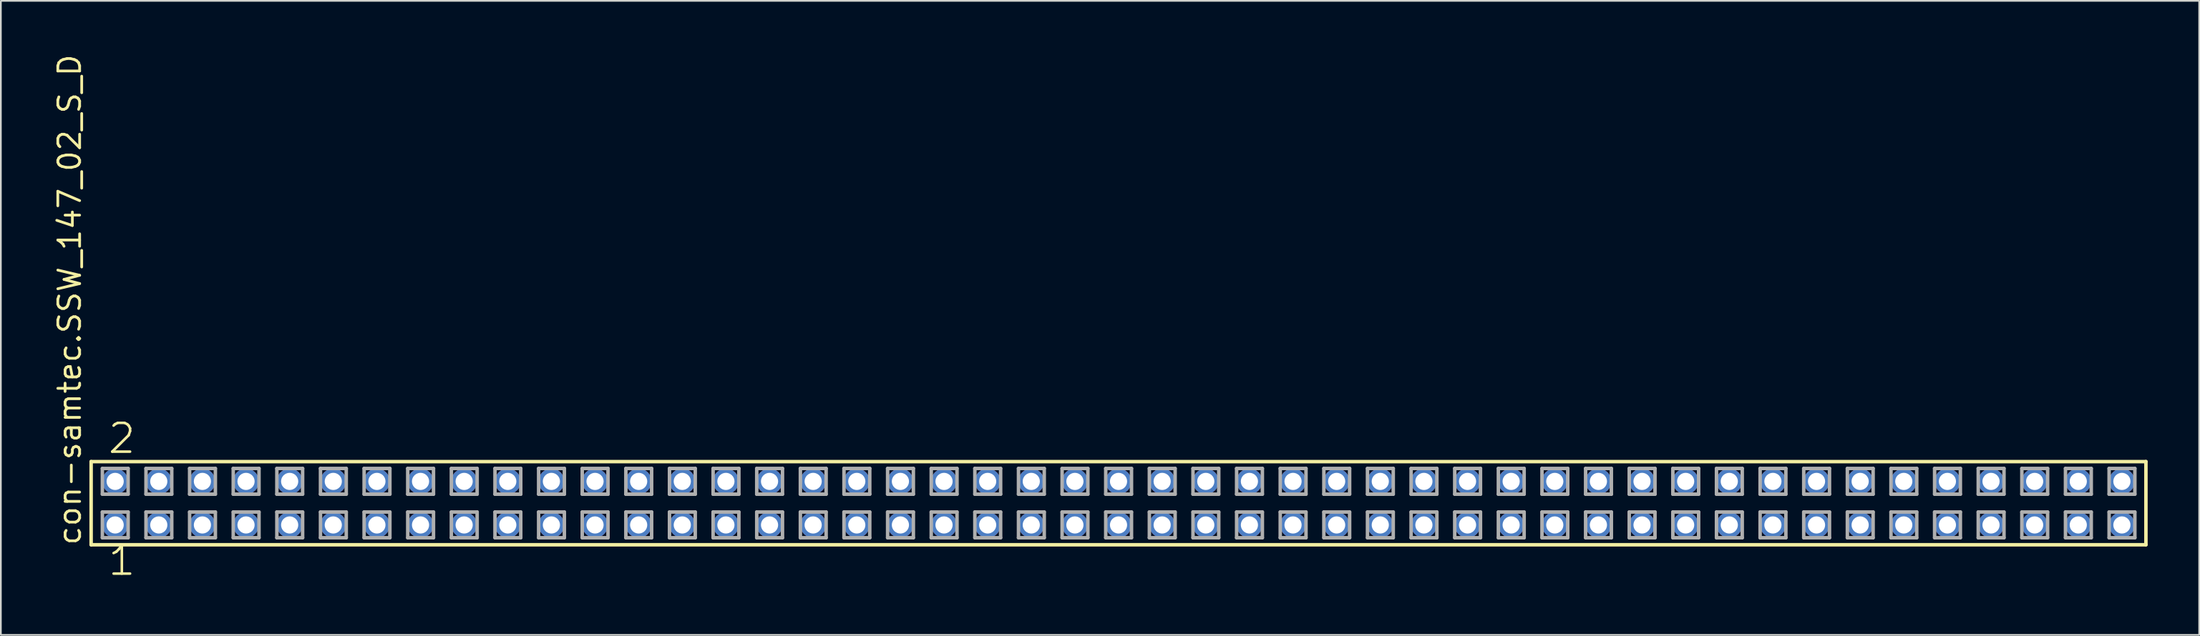
<source format=kicad_pcb>
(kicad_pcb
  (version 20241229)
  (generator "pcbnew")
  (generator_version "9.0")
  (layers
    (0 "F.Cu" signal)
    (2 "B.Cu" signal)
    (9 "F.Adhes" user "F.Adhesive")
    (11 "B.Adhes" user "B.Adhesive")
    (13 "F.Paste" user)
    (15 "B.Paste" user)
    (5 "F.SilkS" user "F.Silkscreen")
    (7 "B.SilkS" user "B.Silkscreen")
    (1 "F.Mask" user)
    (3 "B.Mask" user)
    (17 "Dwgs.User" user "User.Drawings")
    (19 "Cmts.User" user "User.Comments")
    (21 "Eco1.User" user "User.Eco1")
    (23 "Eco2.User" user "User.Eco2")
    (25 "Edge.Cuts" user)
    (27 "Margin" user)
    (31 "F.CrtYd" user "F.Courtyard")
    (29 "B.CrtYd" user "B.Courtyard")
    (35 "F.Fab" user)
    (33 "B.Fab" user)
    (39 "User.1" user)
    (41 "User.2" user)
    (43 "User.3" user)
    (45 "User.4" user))
  (footprint "con-samtec.SSW_147_02_S_D"
    (layer "F.Cu")
    (at 62.075 26.291)
    (property "Reference" "con-samtec.SSW_147_02_S_D" (at -60.325 2.54 90) (layer "F.SilkS") (effects (font (size 1.27 1.27) (thickness 0.16)) (justify left bottom)))
    (attr through_hole)
    (fp_line (start -59.819 -2.425) (end 59.819 -2.425) (stroke (width 0.203) (type default)) (layer "F.SilkS"))
    (fp_line (start -59.819 2.425) (end -59.819 -2.425) (stroke (width 0.203) (type default)) (layer "F.SilkS"))
    (fp_line (start 59.819 -2.425) (end 59.819 2.425) (stroke (width 0.203) (type default)) (layer "F.SilkS"))
    (fp_line (start 59.819 2.425) (end -59.819 2.425) (stroke (width 0.203) (type default)) (layer "F.SilkS"))
    (fp_line (start -59.165 -2.025) (end -57.665 -2.025) (stroke (width 0.203) (type default)) (layer "F.Fab"))
    (fp_line (start -59.165 -0.525) (end -59.165 -2.025) (stroke (width 0.203) (type default)) (layer "F.Fab"))
    (fp_line (start -59.165 0.515) (end -57.665 0.515) (stroke (width 0.203) (type default)) (layer "F.Fab"))
    (fp_line (start -59.165 2.015) (end -59.165 0.515) (stroke (width 0.203) (type default)) (layer "F.Fab"))
    (fp_line (start -57.665 -2.025) (end -57.665 -0.525) (stroke (width 0.203) (type default)) (layer "F.Fab"))
    (fp_line (start -57.665 -0.525) (end -59.165 -0.525) (stroke (width 0.203) (type default)) (layer "F.Fab"))
    (fp_line (start -57.665 0.515) (end -57.665 2.015) (stroke (width 0.203) (type default)) (layer "F.Fab"))
    (fp_line (start -57.665 2.015) (end -59.165 2.015) (stroke (width 0.203) (type default)) (layer "F.Fab"))
    (fp_line (start -56.625 -2.025) (end -55.125 -2.025) (stroke (width 0.203) (type default)) (layer "F.Fab"))
    (fp_line (start -56.625 -0.525) (end -56.625 -2.025) (stroke (width 0.203) (type default)) (layer "F.Fab"))
    (fp_line (start -56.625 0.515) (end -55.125 0.515) (stroke (width 0.203) (type default)) (layer "F.Fab"))
    (fp_line (start -56.625 2.015) (end -56.625 0.515) (stroke (width 0.203) (type default)) (layer "F.Fab"))
    (fp_line (start -55.125 -2.025) (end -55.125 -0.525) (stroke (width 0.203) (type default)) (layer "F.Fab"))
    (fp_line (start -55.125 -0.525) (end -56.625 -0.525) (stroke (width 0.203) (type default)) (layer "F.Fab"))
    (fp_line (start -55.125 0.515) (end -55.125 2.015) (stroke (width 0.203) (type default)) (layer "F.Fab"))
    (fp_line (start -55.125 2.015) (end -56.625 2.015) (stroke (width 0.203) (type default)) (layer "F.Fab"))
    (fp_line (start -54.085 -2.025) (end -52.585 -2.025) (stroke (width 0.203) (type default)) (layer "F.Fab"))
    (fp_line (start -54.085 -0.525) (end -54.085 -2.025) (stroke (width 0.203) (type default)) (layer "F.Fab"))
    (fp_line (start -54.085 0.515) (end -52.585 0.515) (stroke (width 0.203) (type default)) (layer "F.Fab"))
    (fp_line (start -54.085 2.015) (end -54.085 0.515) (stroke (width 0.203) (type default)) (layer "F.Fab"))
    (fp_line (start -52.585 -2.025) (end -52.585 -0.525) (stroke (width 0.203) (type default)) (layer "F.Fab"))
    (fp_line (start -52.585 -0.525) (end -54.085 -0.525) (stroke (width 0.203) (type default)) (layer "F.Fab"))
    (fp_line (start -52.585 0.515) (end -52.585 2.015) (stroke (width 0.203) (type default)) (layer "F.Fab"))
    (fp_line (start -52.585 2.015) (end -54.085 2.015) (stroke (width 0.203) (type default)) (layer "F.Fab"))
    (fp_line (start -51.545 -2.025) (end -50.045 -2.025) (stroke (width 0.203) (type default)) (layer "F.Fab"))
    (fp_line (start -51.545 -0.525) (end -51.545 -2.025) (stroke (width 0.203) (type default)) (layer "F.Fab"))
    (fp_line (start -51.545 0.515) (end -50.045 0.515) (stroke (width 0.203) (type default)) (layer "F.Fab"))
    (fp_line (start -51.545 2.015) (end -51.545 0.515) (stroke (width 0.203) (type default)) (layer "F.Fab"))
    (fp_line (start -50.045 -2.025) (end -50.045 -0.525) (stroke (width 0.203) (type default)) (layer "F.Fab"))
    (fp_line (start -50.045 -0.525) (end -51.545 -0.525) (stroke (width 0.203) (type default)) (layer "F.Fab"))
    (fp_line (start -50.045 0.515) (end -50.045 2.015) (stroke (width 0.203) (type default)) (layer "F.Fab"))
    (fp_line (start -50.045 2.015) (end -51.545 2.015) (stroke (width 0.203) (type default)) (layer "F.Fab"))
    (fp_line (start -49.005 -2.025) (end -47.505 -2.025) (stroke (width 0.203) (type default)) (layer "F.Fab"))
    (fp_line (start -49.005 -0.525) (end -49.005 -2.025) (stroke (width 0.203) (type default)) (layer "F.Fab"))
    (fp_line (start -49.005 0.515) (end -47.505 0.515) (stroke (width 0.203) (type default)) (layer "F.Fab"))
    (fp_line (start -49.005 2.015) (end -49.005 0.515) (stroke (width 0.203) (type default)) (layer "F.Fab"))
    (fp_line (start -47.505 -2.025) (end -47.505 -0.525) (stroke (width 0.203) (type default)) (layer "F.Fab"))
    (fp_line (start -47.505 -0.525) (end -49.005 -0.525) (stroke (width 0.203) (type default)) (layer "F.Fab"))
    (fp_line (start -47.505 0.515) (end -47.505 2.015) (stroke (width 0.203) (type default)) (layer "F.Fab"))
    (fp_line (start -47.505 2.015) (end -49.005 2.015) (stroke (width 0.203) (type default)) (layer "F.Fab"))
    (fp_line (start -46.465 -2.025) (end -44.965 -2.025) (stroke (width 0.203) (type default)) (layer "F.Fab"))
    (fp_line (start -46.465 -0.525) (end -46.465 -2.025) (stroke (width 0.203) (type default)) (layer "F.Fab"))
    (fp_line (start -46.465 0.515) (end -44.965 0.515) (stroke (width 0.203) (type default)) (layer "F.Fab"))
    (fp_line (start -46.465 2.015) (end -46.465 0.515) (stroke (width 0.203) (type default)) (layer "F.Fab"))
    (fp_line (start -44.965 -2.025) (end -44.965 -0.525) (stroke (width 0.203) (type default)) (layer "F.Fab"))
    (fp_line (start -44.965 -0.525) (end -46.465 -0.525) (stroke (width 0.203) (type default)) (layer "F.Fab"))
    (fp_line (start -44.965 0.515) (end -44.965 2.015) (stroke (width 0.203) (type default)) (layer "F.Fab"))
    (fp_line (start -44.965 2.015) (end -46.465 2.015) (stroke (width 0.203) (type default)) (layer "F.Fab"))
    (fp_line (start -43.925 -2.025) (end -42.425 -2.025) (stroke (width 0.203) (type default)) (layer "F.Fab"))
    (fp_line (start -43.925 -0.525) (end -43.925 -2.025) (stroke (width 0.203) (type default)) (layer "F.Fab"))
    (fp_line (start -43.925 0.515) (end -42.425 0.515) (stroke (width 0.203) (type default)) (layer "F.Fab"))
    (fp_line (start -43.925 2.015) (end -43.925 0.515) (stroke (width 0.203) (type default)) (layer "F.Fab"))
    (fp_line (start -42.425 -2.025) (end -42.425 -0.525) (stroke (width 0.203) (type default)) (layer "F.Fab"))
    (fp_line (start -42.425 -0.525) (end -43.925 -0.525) (stroke (width 0.203) (type default)) (layer "F.Fab"))
    (fp_line (start -42.425 0.515) (end -42.425 2.015) (stroke (width 0.203) (type default)) (layer "F.Fab"))
    (fp_line (start -42.425 2.015) (end -43.925 2.015) (stroke (width 0.203) (type default)) (layer "F.Fab"))
    (fp_line (start -41.385 -2.025) (end -39.885 -2.025) (stroke (width 0.203) (type default)) (layer "F.Fab"))
    (fp_line (start -41.385 -0.525) (end -41.385 -2.025) (stroke (width 0.203) (type default)) (layer "F.Fab"))
    (fp_line (start -41.385 0.515) (end -39.885 0.515) (stroke (width 0.203) (type default)) (layer "F.Fab"))
    (fp_line (start -41.385 2.015) (end -41.385 0.515) (stroke (width 0.203) (type default)) (layer "F.Fab"))
    (fp_line (start -39.885 -2.025) (end -39.885 -0.525) (stroke (width 0.203) (type default)) (layer "F.Fab"))
    (fp_line (start -39.885 -0.525) (end -41.385 -0.525) (stroke (width 0.203) (type default)) (layer "F.Fab"))
    (fp_line (start -39.885 0.515) (end -39.885 2.015) (stroke (width 0.203) (type default)) (layer "F.Fab"))
    (fp_line (start -39.885 2.015) (end -41.385 2.015) (stroke (width 0.203) (type default)) (layer "F.Fab"))
    (fp_line (start -38.845 -2.025) (end -37.345 -2.025) (stroke (width 0.203) (type default)) (layer "F.Fab"))
    (fp_line (start -38.845 -0.525) (end -38.845 -2.025) (stroke (width 0.203) (type default)) (layer "F.Fab"))
    (fp_line (start -38.845 0.515) (end -37.345 0.515) (stroke (width 0.203) (type default)) (layer "F.Fab"))
    (fp_line (start -38.845 2.015) (end -38.845 0.515) (stroke (width 0.203) (type default)) (layer "F.Fab"))
    (fp_line (start -37.345 -2.025) (end -37.345 -0.525) (stroke (width 0.203) (type default)) (layer "F.Fab"))
    (fp_line (start -37.345 -0.525) (end -38.845 -0.525) (stroke (width 0.203) (type default)) (layer "F.Fab"))
    (fp_line (start -37.345 0.515) (end -37.345 2.015) (stroke (width 0.203) (type default)) (layer "F.Fab"))
    (fp_line (start -37.345 2.015) (end -38.845 2.015) (stroke (width 0.203) (type default)) (layer "F.Fab"))
    (fp_line (start -36.305 -2.025) (end -34.805 -2.025) (stroke (width 0.203) (type default)) (layer "F.Fab"))
    (fp_line (start -36.305 -0.525) (end -36.305 -2.025) (stroke (width 0.203) (type default)) (layer "F.Fab"))
    (fp_line (start -36.305 0.515) (end -34.805 0.515) (stroke (width 0.203) (type default)) (layer "F.Fab"))
    (fp_line (start -36.305 2.015) (end -36.305 0.515) (stroke (width 0.203) (type default)) (layer "F.Fab"))
    (fp_line (start -34.805 -2.025) (end -34.805 -0.525) (stroke (width 0.203) (type default)) (layer "F.Fab"))
    (fp_line (start -34.805 -0.525) (end -36.305 -0.525) (stroke (width 0.203) (type default)) (layer "F.Fab"))
    (fp_line (start -34.805 0.515) (end -34.805 2.015) (stroke (width 0.203) (type default)) (layer "F.Fab"))
    (fp_line (start -34.805 2.015) (end -36.305 2.015) (stroke (width 0.203) (type default)) (layer "F.Fab"))
    (fp_line (start -33.765 -2.025) (end -32.265 -2.025) (stroke (width 0.203) (type default)) (layer "F.Fab"))
    (fp_line (start -33.765 -0.525) (end -33.765 -2.025) (stroke (width 0.203) (type default)) (layer "F.Fab"))
    (fp_line (start -33.765 0.515) (end -32.265 0.515) (stroke (width 0.203) (type default)) (layer "F.Fab"))
    (fp_line (start -33.765 2.015) (end -33.765 0.515) (stroke (width 0.203) (type default)) (layer "F.Fab"))
    (fp_line (start -32.265 -2.025) (end -32.265 -0.525) (stroke (width 0.203) (type default)) (layer "F.Fab"))
    (fp_line (start -32.265 -0.525) (end -33.765 -0.525) (stroke (width 0.203) (type default)) (layer "F.Fab"))
    (fp_line (start -32.265 0.515) (end -32.265 2.015) (stroke (width 0.203) (type default)) (layer "F.Fab"))
    (fp_line (start -32.265 2.015) (end -33.765 2.015) (stroke (width 0.203) (type default)) (layer "F.Fab"))
    (fp_line (start -31.225 -2.025) (end -29.725 -2.025) (stroke (width 0.203) (type default)) (layer "F.Fab"))
    (fp_line (start -31.225 -0.525) (end -31.225 -2.025) (stroke (width 0.203) (type default)) (layer "F.Fab"))
    (fp_line (start -31.225 0.515) (end -29.725 0.515) (stroke (width 0.203) (type default)) (layer "F.Fab"))
    (fp_line (start -31.225 2.015) (end -31.225 0.515) (stroke (width 0.203) (type default)) (layer "F.Fab"))
    (fp_line (start -29.725 -2.025) (end -29.725 -0.525) (stroke (width 0.203) (type default)) (layer "F.Fab"))
    (fp_line (start -29.725 -0.525) (end -31.225 -0.525) (stroke (width 0.203) (type default)) (layer "F.Fab"))
    (fp_line (start -29.725 0.515) (end -29.725 2.015) (stroke (width 0.203) (type default)) (layer "F.Fab"))
    (fp_line (start -29.725 2.015) (end -31.225 2.015) (stroke (width 0.203) (type default)) (layer "F.Fab"))
    (fp_line (start -28.685 -2.025) (end -27.185 -2.025) (stroke (width 0.203) (type default)) (layer "F.Fab"))
    (fp_line (start -28.685 -0.525) (end -28.685 -2.025) (stroke (width 0.203) (type default)) (layer "F.Fab"))
    (fp_line (start -28.685 0.515) (end -27.185 0.515) (stroke (width 0.203) (type default)) (layer "F.Fab"))
    (fp_line (start -28.685 2.015) (end -28.685 0.515) (stroke (width 0.203) (type default)) (layer "F.Fab"))
    (fp_line (start -27.185 -2.025) (end -27.185 -0.525) (stroke (width 0.203) (type default)) (layer "F.Fab"))
    (fp_line (start -27.185 -0.525) (end -28.685 -0.525) (stroke (width 0.203) (type default)) (layer "F.Fab"))
    (fp_line (start -27.185 0.515) (end -27.185 2.015) (stroke (width 0.203) (type default)) (layer "F.Fab"))
    (fp_line (start -27.185 2.015) (end -28.685 2.015) (stroke (width 0.203) (type default)) (layer "F.Fab"))
    (fp_line (start -26.145 -2.025) (end -24.645 -2.025) (stroke (width 0.203) (type default)) (layer "F.Fab"))
    (fp_line (start -26.145 -0.525) (end -26.145 -2.025) (stroke (width 0.203) (type default)) (layer "F.Fab"))
    (fp_line (start -26.145 0.515) (end -24.645 0.515) (stroke (width 0.203) (type default)) (layer "F.Fab"))
    (fp_line (start -26.145 2.015) (end -26.145 0.515) (stroke (width 0.203) (type default)) (layer "F.Fab"))
    (fp_line (start -24.645 -2.025) (end -24.645 -0.525) (stroke (width 0.203) (type default)) (layer "F.Fab"))
    (fp_line (start -24.645 -0.525) (end -26.145 -0.525) (stroke (width 0.203) (type default)) (layer "F.Fab"))
    (fp_line (start -24.645 0.515) (end -24.645 2.015) (stroke (width 0.203) (type default)) (layer "F.Fab"))
    (fp_line (start -24.645 2.015) (end -26.145 2.015) (stroke (width 0.203) (type default)) (layer "F.Fab"))
    (fp_line (start -23.605 -2.025) (end -22.105 -2.025) (stroke (width 0.203) (type default)) (layer "F.Fab"))
    (fp_line (start -23.605 -0.525) (end -23.605 -2.025) (stroke (width 0.203) (type default)) (layer "F.Fab"))
    (fp_line (start -23.605 0.515) (end -22.105 0.515) (stroke (width 0.203) (type default)) (layer "F.Fab"))
    (fp_line (start -23.605 2.015) (end -23.605 0.515) (stroke (width 0.203) (type default)) (layer "F.Fab"))
    (fp_line (start -22.105 -2.025) (end -22.105 -0.525) (stroke (width 0.203) (type default)) (layer "F.Fab"))
    (fp_line (start -22.105 -0.525) (end -23.605 -0.525) (stroke (width 0.203) (type default)) (layer "F.Fab"))
    (fp_line (start -22.105 0.515) (end -22.105 2.015) (stroke (width 0.203) (type default)) (layer "F.Fab"))
    (fp_line (start -22.105 2.015) (end -23.605 2.015) (stroke (width 0.203) (type default)) (layer "F.Fab"))
    (fp_line (start -21.065 -2.025) (end -19.565 -2.025) (stroke (width 0.203) (type default)) (layer "F.Fab"))
    (fp_line (start -21.065 -0.525) (end -21.065 -2.025) (stroke (width 0.203) (type default)) (layer "F.Fab"))
    (fp_line (start -21.065 0.515) (end -19.565 0.515) (stroke (width 0.203) (type default)) (layer "F.Fab"))
    (fp_line (start -21.065 2.015) (end -21.065 0.515) (stroke (width 0.203) (type default)) (layer "F.Fab"))
    (fp_line (start -19.565 -2.025) (end -19.565 -0.525) (stroke (width 0.203) (type default)) (layer "F.Fab"))
    (fp_line (start -19.565 -0.525) (end -21.065 -0.525) (stroke (width 0.203) (type default)) (layer "F.Fab"))
    (fp_line (start -19.565 0.515) (end -19.565 2.015) (stroke (width 0.203) (type default)) (layer "F.Fab"))
    (fp_line (start -19.565 2.015) (end -21.065 2.015) (stroke (width 0.203) (type default)) (layer "F.Fab"))
    (fp_line (start -18.525 -2.025) (end -17.025 -2.025) (stroke (width 0.203) (type default)) (layer "F.Fab"))
    (fp_line (start -18.525 -0.525) (end -18.525 -2.025) (stroke (width 0.203) (type default)) (layer "F.Fab"))
    (fp_line (start -18.525 0.515) (end -17.025 0.515) (stroke (width 0.203) (type default)) (layer "F.Fab"))
    (fp_line (start -18.525 2.015) (end -18.525 0.515) (stroke (width 0.203) (type default)) (layer "F.Fab"))
    (fp_line (start -17.025 -2.025) (end -17.025 -0.525) (stroke (width 0.203) (type default)) (layer "F.Fab"))
    (fp_line (start -17.025 -0.525) (end -18.525 -0.525) (stroke (width 0.203) (type default)) (layer "F.Fab"))
    (fp_line (start -17.025 0.515) (end -17.025 2.015) (stroke (width 0.203) (type default)) (layer "F.Fab"))
    (fp_line (start -17.025 2.015) (end -18.525 2.015) (stroke (width 0.203) (type default)) (layer "F.Fab"))
    (fp_line (start -15.985 -2.025) (end -14.485 -2.025) (stroke (width 0.203) (type default)) (layer "F.Fab"))
    (fp_line (start -15.985 -0.525) (end -15.985 -2.025) (stroke (width 0.203) (type default)) (layer "F.Fab"))
    (fp_line (start -15.985 0.515) (end -14.485 0.515) (stroke (width 0.203) (type default)) (layer "F.Fab"))
    (fp_line (start -15.985 2.015) (end -15.985 0.515) (stroke (width 0.203) (type default)) (layer "F.Fab"))
    (fp_line (start -14.485 -2.025) (end -14.485 -0.525) (stroke (width 0.203) (type default)) (layer "F.Fab"))
    (fp_line (start -14.485 -0.525) (end -15.985 -0.525) (stroke (width 0.203) (type default)) (layer "F.Fab"))
    (fp_line (start -14.485 0.515) (end -14.485 2.015) (stroke (width 0.203) (type default)) (layer "F.Fab"))
    (fp_line (start -14.485 2.015) (end -15.985 2.015) (stroke (width 0.203) (type default)) (layer "F.Fab"))
    (fp_line (start -13.445 -2.025) (end -11.945 -2.025) (stroke (width 0.203) (type default)) (layer "F.Fab"))
    (fp_line (start -13.445 -0.525) (end -13.445 -2.025) (stroke (width 0.203) (type default)) (layer "F.Fab"))
    (fp_line (start -13.445 0.515) (end -11.945 0.515) (stroke (width 0.203) (type default)) (layer "F.Fab"))
    (fp_line (start -13.445 2.015) (end -13.445 0.515) (stroke (width 0.203) (type default)) (layer "F.Fab"))
    (fp_line (start -11.945 -2.025) (end -11.945 -0.525) (stroke (width 0.203) (type default)) (layer "F.Fab"))
    (fp_line (start -11.945 -0.525) (end -13.445 -0.525) (stroke (width 0.203) (type default)) (layer "F.Fab"))
    (fp_line (start -11.945 0.515) (end -11.945 2.015) (stroke (width 0.203) (type default)) (layer "F.Fab"))
    (fp_line (start -11.945 2.015) (end -13.445 2.015) (stroke (width 0.203) (type default)) (layer "F.Fab"))
    (fp_line (start -10.905 -2.025) (end -9.405 -2.025) (stroke (width 0.203) (type default)) (layer "F.Fab"))
    (fp_line (start -10.905 -0.525) (end -10.905 -2.025) (stroke (width 0.203) (type default)) (layer "F.Fab"))
    (fp_line (start -10.905 0.515) (end -9.405 0.515) (stroke (width 0.203) (type default)) (layer "F.Fab"))
    (fp_line (start -10.905 2.015) (end -10.905 0.515) (stroke (width 0.203) (type default)) (layer "F.Fab"))
    (fp_line (start -9.405 -2.025) (end -9.405 -0.525) (stroke (width 0.203) (type default)) (layer "F.Fab"))
    (fp_line (start -9.405 -0.525) (end -10.905 -0.525) (stroke (width 0.203) (type default)) (layer "F.Fab"))
    (fp_line (start -9.405 0.515) (end -9.405 2.015) (stroke (width 0.203) (type default)) (layer "F.Fab"))
    (fp_line (start -9.405 2.015) (end -10.905 2.015) (stroke (width 0.203) (type default)) (layer "F.Fab"))
    (fp_line (start -8.365 -2.025) (end -6.865 -2.025) (stroke (width 0.203) (type default)) (layer "F.Fab"))
    (fp_line (start -8.365 -0.525) (end -8.365 -2.025) (stroke (width 0.203) (type default)) (layer "F.Fab"))
    (fp_line (start -8.365 0.515) (end -6.865 0.515) (stroke (width 0.203) (type default)) (layer "F.Fab"))
    (fp_line (start -8.365 2.015) (end -8.365 0.515) (stroke (width 0.203) (type default)) (layer "F.Fab"))
    (fp_line (start -6.865 -2.025) (end -6.865 -0.525) (stroke (width 0.203) (type default)) (layer "F.Fab"))
    (fp_line (start -6.865 -0.525) (end -8.365 -0.525) (stroke (width 0.203) (type default)) (layer "F.Fab"))
    (fp_line (start -6.865 0.515) (end -6.865 2.015) (stroke (width 0.203) (type default)) (layer "F.Fab"))
    (fp_line (start -6.865 2.015) (end -8.365 2.015) (stroke (width 0.203) (type default)) (layer "F.Fab"))
    (fp_line (start -5.825 -2.025) (end -4.325 -2.025) (stroke (width 0.203) (type default)) (layer "F.Fab"))
    (fp_line (start -5.825 -0.525) (end -5.825 -2.025) (stroke (width 0.203) (type default)) (layer "F.Fab"))
    (fp_line (start -5.825 0.515) (end -4.325 0.515) (stroke (width 0.203) (type default)) (layer "F.Fab"))
    (fp_line (start -5.825 2.015) (end -5.825 0.515) (stroke (width 0.203) (type default)) (layer "F.Fab"))
    (fp_line (start -4.325 -2.025) (end -4.325 -0.525) (stroke (width 0.203) (type default)) (layer "F.Fab"))
    (fp_line (start -4.325 -0.525) (end -5.825 -0.525) (stroke (width 0.203) (type default)) (layer "F.Fab"))
    (fp_line (start -4.325 0.515) (end -4.325 2.015) (stroke (width 0.203) (type default)) (layer "F.Fab"))
    (fp_line (start -4.325 2.015) (end -5.825 2.015) (stroke (width 0.203) (type default)) (layer "F.Fab"))
    (fp_line (start -3.285 -2.025) (end -1.785 -2.025) (stroke (width 0.203) (type default)) (layer "F.Fab"))
    (fp_line (start -3.285 -0.525) (end -3.285 -2.025) (stroke (width 0.203) (type default)) (layer "F.Fab"))
    (fp_line (start -3.285 0.515) (end -1.785 0.515) (stroke (width 0.203) (type default)) (layer "F.Fab"))
    (fp_line (start -3.285 2.015) (end -3.285 0.515) (stroke (width 0.203) (type default)) (layer "F.Fab"))
    (fp_line (start -1.785 -2.025) (end -1.785 -0.525) (stroke (width 0.203) (type default)) (layer "F.Fab"))
    (fp_line (start -1.785 -0.525) (end -3.285 -0.525) (stroke (width 0.203) (type default)) (layer "F.Fab"))
    (fp_line (start -1.785 0.515) (end -1.785 2.015) (stroke (width 0.203) (type default)) (layer "F.Fab"))
    (fp_line (start -1.785 2.015) (end -3.285 2.015) (stroke (width 0.203) (type default)) (layer "F.Fab"))
    (fp_line (start -0.745 -2.025) (end 0.755 -2.025) (stroke (width 0.203) (type default)) (layer "F.Fab"))
    (fp_line (start -0.745 -0.525) (end -0.745 -2.025) (stroke (width 0.203) (type default)) (layer "F.Fab"))
    (fp_line (start -0.745 0.515) (end 0.755 0.515) (stroke (width 0.203) (type default)) (layer "F.Fab"))
    (fp_line (start -0.745 2.015) (end -0.745 0.515) (stroke (width 0.203) (type default)) (layer "F.Fab"))
    (fp_line (start 0.755 -2.025) (end 0.755 -0.525) (stroke (width 0.203) (type default)) (layer "F.Fab"))
    (fp_line (start 0.755 -0.525) (end -0.745 -0.525) (stroke (width 0.203) (type default)) (layer "F.Fab"))
    (fp_line (start 0.755 0.515) (end 0.755 2.015) (stroke (width 0.203) (type default)) (layer "F.Fab"))
    (fp_line (start 0.755 2.015) (end -0.745 2.015) (stroke (width 0.203) (type default)) (layer "F.Fab"))
    (fp_line (start 1.795 -2.025) (end 3.295 -2.025) (stroke (width 0.203) (type default)) (layer "F.Fab"))
    (fp_line (start 1.795 -0.525) (end 1.795 -2.025) (stroke (width 0.203) (type default)) (layer "F.Fab"))
    (fp_line (start 1.795 0.515) (end 3.295 0.515) (stroke (width 0.203) (type default)) (layer "F.Fab"))
    (fp_line (start 1.795 2.015) (end 1.795 0.515) (stroke (width 0.203) (type default)) (layer "F.Fab"))
    (fp_line (start 3.295 -2.025) (end 3.295 -0.525) (stroke (width 0.203) (type default)) (layer "F.Fab"))
    (fp_line (start 3.295 -0.525) (end 1.795 -0.525) (stroke (width 0.203) (type default)) (layer "F.Fab"))
    (fp_line (start 3.295 0.515) (end 3.295 2.015) (stroke (width 0.203) (type default)) (layer "F.Fab"))
    (fp_line (start 3.295 2.015) (end 1.795 2.015) (stroke (width 0.203) (type default)) (layer "F.Fab"))
    (fp_line (start 4.335 -2.025) (end 5.835 -2.025) (stroke (width 0.203) (type default)) (layer "F.Fab"))
    (fp_line (start 4.335 -0.525) (end 4.335 -2.025) (stroke (width 0.203) (type default)) (layer "F.Fab"))
    (fp_line (start 4.335 0.515) (end 5.835 0.515) (stroke (width 0.203) (type default)) (layer "F.Fab"))
    (fp_line (start 4.335 2.015) (end 4.335 0.515) (stroke (width 0.203) (type default)) (layer "F.Fab"))
    (fp_line (start 5.835 -2.025) (end 5.835 -0.525) (stroke (width 0.203) (type default)) (layer "F.Fab"))
    (fp_line (start 5.835 -0.525) (end 4.335 -0.525) (stroke (width 0.203) (type default)) (layer "F.Fab"))
    (fp_line (start 5.835 0.515) (end 5.835 2.015) (stroke (width 0.203) (type default)) (layer "F.Fab"))
    (fp_line (start 5.835 2.015) (end 4.335 2.015) (stroke (width 0.203) (type default)) (layer "F.Fab"))
    (fp_line (start 6.875 -2.025) (end 8.375 -2.025) (stroke (width 0.203) (type default)) (layer "F.Fab"))
    (fp_line (start 6.875 -0.525) (end 6.875 -2.025) (stroke (width 0.203) (type default)) (layer "F.Fab"))
    (fp_line (start 6.875 0.515) (end 8.375 0.515) (stroke (width 0.203) (type default)) (layer "F.Fab"))
    (fp_line (start 6.875 2.015) (end 6.875 0.515) (stroke (width 0.203) (type default)) (layer "F.Fab"))
    (fp_line (start 8.375 -2.025) (end 8.375 -0.525) (stroke (width 0.203) (type default)) (layer "F.Fab"))
    (fp_line (start 8.375 -0.525) (end 6.875 -0.525) (stroke (width 0.203) (type default)) (layer "F.Fab"))
    (fp_line (start 8.375 0.515) (end 8.375 2.015) (stroke (width 0.203) (type default)) (layer "F.Fab"))
    (fp_line (start 8.375 2.015) (end 6.875 2.015) (stroke (width 0.203) (type default)) (layer "F.Fab"))
    (fp_line (start 9.415 -2.025) (end 10.915 -2.025) (stroke (width 0.203) (type default)) (layer "F.Fab"))
    (fp_line (start 9.415 -0.525) (end 9.415 -2.025) (stroke (width 0.203) (type default)) (layer "F.Fab"))
    (fp_line (start 9.415 0.515) (end 10.915 0.515) (stroke (width 0.203) (type default)) (layer "F.Fab"))
    (fp_line (start 9.415 2.015) (end 9.415 0.515) (stroke (width 0.203) (type default)) (layer "F.Fab"))
    (fp_line (start 10.915 -2.025) (end 10.915 -0.525) (stroke (width 0.203) (type default)) (layer "F.Fab"))
    (fp_line (start 10.915 -0.525) (end 9.415 -0.525) (stroke (width 0.203) (type default)) (layer "F.Fab"))
    (fp_line (start 10.915 0.515) (end 10.915 2.015) (stroke (width 0.203) (type default)) (layer "F.Fab"))
    (fp_line (start 10.915 2.015) (end 9.415 2.015) (stroke (width 0.203) (type default)) (layer "F.Fab"))
    (fp_line (start 11.955 -2.025) (end 13.455 -2.025) (stroke (width 0.203) (type default)) (layer "F.Fab"))
    (fp_line (start 11.955 -0.525) (end 11.955 -2.025) (stroke (width 0.203) (type default)) (layer "F.Fab"))
    (fp_line (start 11.955 0.515) (end 13.455 0.515) (stroke (width 0.203) (type default)) (layer "F.Fab"))
    (fp_line (start 11.955 2.015) (end 11.955 0.515) (stroke (width 0.203) (type default)) (layer "F.Fab"))
    (fp_line (start 13.455 -2.025) (end 13.455 -0.525) (stroke (width 0.203) (type default)) (layer "F.Fab"))
    (fp_line (start 13.455 -0.525) (end 11.955 -0.525) (stroke (width 0.203) (type default)) (layer "F.Fab"))
    (fp_line (start 13.455 0.515) (end 13.455 2.015) (stroke (width 0.203) (type default)) (layer "F.Fab"))
    (fp_line (start 13.455 2.015) (end 11.955 2.015) (stroke (width 0.203) (type default)) (layer "F.Fab"))
    (fp_line (start 14.495 -2.025) (end 15.995 -2.025) (stroke (width 0.203) (type default)) (layer "F.Fab"))
    (fp_line (start 14.495 -0.525) (end 14.495 -2.025) (stroke (width 0.203) (type default)) (layer "F.Fab"))
    (fp_line (start 14.495 0.515) (end 15.995 0.515) (stroke (width 0.203) (type default)) (layer "F.Fab"))
    (fp_line (start 14.495 2.015) (end 14.495 0.515) (stroke (width 0.203) (type default)) (layer "F.Fab"))
    (fp_line (start 15.995 -2.025) (end 15.995 -0.525) (stroke (width 0.203) (type default)) (layer "F.Fab"))
    (fp_line (start 15.995 -0.525) (end 14.495 -0.525) (stroke (width 0.203) (type default)) (layer "F.Fab"))
    (fp_line (start 15.995 0.515) (end 15.995 2.015) (stroke (width 0.203) (type default)) (layer "F.Fab"))
    (fp_line (start 15.995 2.015) (end 14.495 2.015) (stroke (width 0.203) (type default)) (layer "F.Fab"))
    (fp_line (start 17.035 -2.025) (end 18.535 -2.025) (stroke (width 0.203) (type default)) (layer "F.Fab"))
    (fp_line (start 17.035 -0.525) (end 17.035 -2.025) (stroke (width 0.203) (type default)) (layer "F.Fab"))
    (fp_line (start 17.035 0.515) (end 18.535 0.515) (stroke (width 0.203) (type default)) (layer "F.Fab"))
    (fp_line (start 17.035 2.015) (end 17.035 0.515) (stroke (width 0.203) (type default)) (layer "F.Fab"))
    (fp_line (start 18.535 -2.025) (end 18.535 -0.525) (stroke (width 0.203) (type default)) (layer "F.Fab"))
    (fp_line (start 18.535 -0.525) (end 17.035 -0.525) (stroke (width 0.203) (type default)) (layer "F.Fab"))
    (fp_line (start 18.535 0.515) (end 18.535 2.015) (stroke (width 0.203) (type default)) (layer "F.Fab"))
    (fp_line (start 18.535 2.015) (end 17.035 2.015) (stroke (width 0.203) (type default)) (layer "F.Fab"))
    (fp_line (start 19.575 -2.025) (end 21.075 -2.025) (stroke (width 0.203) (type default)) (layer "F.Fab"))
    (fp_line (start 19.575 -0.525) (end 19.575 -2.025) (stroke (width 0.203) (type default)) (layer "F.Fab"))
    (fp_line (start 19.575 0.515) (end 21.075 0.515) (stroke (width 0.203) (type default)) (layer "F.Fab"))
    (fp_line (start 19.575 2.015) (end 19.575 0.515) (stroke (width 0.203) (type default)) (layer "F.Fab"))
    (fp_line (start 21.075 -2.025) (end 21.075 -0.525) (stroke (width 0.203) (type default)) (layer "F.Fab"))
    (fp_line (start 21.075 -0.525) (end 19.575 -0.525) (stroke (width 0.203) (type default)) (layer "F.Fab"))
    (fp_line (start 21.075 0.515) (end 21.075 2.015) (stroke (width 0.203) (type default)) (layer "F.Fab"))
    (fp_line (start 21.075 2.015) (end 19.575 2.015) (stroke (width 0.203) (type default)) (layer "F.Fab"))
    (fp_line (start 22.115 -2.025) (end 23.615 -2.025) (stroke (width 0.203) (type default)) (layer "F.Fab"))
    (fp_line (start 22.115 -0.525) (end 22.115 -2.025) (stroke (width 0.203) (type default)) (layer "F.Fab"))
    (fp_line (start 22.115 0.515) (end 23.615 0.515) (stroke (width 0.203) (type default)) (layer "F.Fab"))
    (fp_line (start 22.115 2.015) (end 22.115 0.515) (stroke (width 0.203) (type default)) (layer "F.Fab"))
    (fp_line (start 23.615 -2.025) (end 23.615 -0.525) (stroke (width 0.203) (type default)) (layer "F.Fab"))
    (fp_line (start 23.615 -0.525) (end 22.115 -0.525) (stroke (width 0.203) (type default)) (layer "F.Fab"))
    (fp_line (start 23.615 0.515) (end 23.615 2.015) (stroke (width 0.203) (type default)) (layer "F.Fab"))
    (fp_line (start 23.615 2.015) (end 22.115 2.015) (stroke (width 0.203) (type default)) (layer "F.Fab"))
    (fp_line (start 24.655 -2.025) (end 26.155 -2.025) (stroke (width 0.203) (type default)) (layer "F.Fab"))
    (fp_line (start 24.655 -0.525) (end 24.655 -2.025) (stroke (width 0.203) (type default)) (layer "F.Fab"))
    (fp_line (start 24.655 0.515) (end 26.155 0.515) (stroke (width 0.203) (type default)) (layer "F.Fab"))
    (fp_line (start 24.655 2.015) (end 24.655 0.515) (stroke (width 0.203) (type default)) (layer "F.Fab"))
    (fp_line (start 26.155 -2.025) (end 26.155 -0.525) (stroke (width 0.203) (type default)) (layer "F.Fab"))
    (fp_line (start 26.155 -0.525) (end 24.655 -0.525) (stroke (width 0.203) (type default)) (layer "F.Fab"))
    (fp_line (start 26.155 0.515) (end 26.155 2.015) (stroke (width 0.203) (type default)) (layer "F.Fab"))
    (fp_line (start 26.155 2.015) (end 24.655 2.015) (stroke (width 0.203) (type default)) (layer "F.Fab"))
    (fp_line (start 27.195 -2.025) (end 28.695 -2.025) (stroke (width 0.203) (type default)) (layer "F.Fab"))
    (fp_line (start 27.195 -0.525) (end 27.195 -2.025) (stroke (width 0.203) (type default)) (layer "F.Fab"))
    (fp_line (start 27.195 0.515) (end 28.695 0.515) (stroke (width 0.203) (type default)) (layer "F.Fab"))
    (fp_line (start 27.195 2.015) (end 27.195 0.515) (stroke (width 0.203) (type default)) (layer "F.Fab"))
    (fp_line (start 28.695 -2.025) (end 28.695 -0.525) (stroke (width 0.203) (type default)) (layer "F.Fab"))
    (fp_line (start 28.695 -0.525) (end 27.195 -0.525) (stroke (width 0.203) (type default)) (layer "F.Fab"))
    (fp_line (start 28.695 0.515) (end 28.695 2.015) (stroke (width 0.203) (type default)) (layer "F.Fab"))
    (fp_line (start 28.695 2.015) (end 27.195 2.015) (stroke (width 0.203) (type default)) (layer "F.Fab"))
    (fp_line (start 29.735 -2.025) (end 31.235 -2.025) (stroke (width 0.203) (type default)) (layer "F.Fab"))
    (fp_line (start 29.735 -0.525) (end 29.735 -2.025) (stroke (width 0.203) (type default)) (layer "F.Fab"))
    (fp_line (start 29.735 0.515) (end 31.235 0.515) (stroke (width 0.203) (type default)) (layer "F.Fab"))
    (fp_line (start 29.735 2.015) (end 29.735 0.515) (stroke (width 0.203) (type default)) (layer "F.Fab"))
    (fp_line (start 31.235 -2.025) (end 31.235 -0.525) (stroke (width 0.203) (type default)) (layer "F.Fab"))
    (fp_line (start 31.235 -0.525) (end 29.735 -0.525) (stroke (width 0.203) (type default)) (layer "F.Fab"))
    (fp_line (start 31.235 0.515) (end 31.235 2.015) (stroke (width 0.203) (type default)) (layer "F.Fab"))
    (fp_line (start 31.235 2.015) (end 29.735 2.015) (stroke (width 0.203) (type default)) (layer "F.Fab"))
    (fp_line (start 32.275 -2.025) (end 33.775 -2.025) (stroke (width 0.203) (type default)) (layer "F.Fab"))
    (fp_line (start 32.275 -0.525) (end 32.275 -2.025) (stroke (width 0.203) (type default)) (layer "F.Fab"))
    (fp_line (start 32.275 0.515) (end 33.775 0.515) (stroke (width 0.203) (type default)) (layer "F.Fab"))
    (fp_line (start 32.275 2.015) (end 32.275 0.515) (stroke (width 0.203) (type default)) (layer "F.Fab"))
    (fp_line (start 33.775 -2.025) (end 33.775 -0.525) (stroke (width 0.203) (type default)) (layer "F.Fab"))
    (fp_line (start 33.775 -0.525) (end 32.275 -0.525) (stroke (width 0.203) (type default)) (layer "F.Fab"))
    (fp_line (start 33.775 0.515) (end 33.775 2.015) (stroke (width 0.203) (type default)) (layer "F.Fab"))
    (fp_line (start 33.775 2.015) (end 32.275 2.015) (stroke (width 0.203) (type default)) (layer "F.Fab"))
    (fp_line (start 34.815 -2.025) (end 36.315 -2.025) (stroke (width 0.203) (type default)) (layer "F.Fab"))
    (fp_line (start 34.815 -0.525) (end 34.815 -2.025) (stroke (width 0.203) (type default)) (layer "F.Fab"))
    (fp_line (start 34.815 0.515) (end 36.315 0.515) (stroke (width 0.203) (type default)) (layer "F.Fab"))
    (fp_line (start 34.815 2.015) (end 34.815 0.515) (stroke (width 0.203) (type default)) (layer "F.Fab"))
    (fp_line (start 36.315 -2.025) (end 36.315 -0.525) (stroke (width 0.203) (type default)) (layer "F.Fab"))
    (fp_line (start 36.315 -0.525) (end 34.815 -0.525) (stroke (width 0.203) (type default)) (layer "F.Fab"))
    (fp_line (start 36.315 0.515) (end 36.315 2.015) (stroke (width 0.203) (type default)) (layer "F.Fab"))
    (fp_line (start 36.315 2.015) (end 34.815 2.015) (stroke (width 0.203) (type default)) (layer "F.Fab"))
    (fp_line (start 37.355 -2.025) (end 38.855 -2.025) (stroke (width 0.203) (type default)) (layer "F.Fab"))
    (fp_line (start 37.355 -0.525) (end 37.355 -2.025) (stroke (width 0.203) (type default)) (layer "F.Fab"))
    (fp_line (start 37.355 0.515) (end 38.855 0.515) (stroke (width 0.203) (type default)) (layer "F.Fab"))
    (fp_line (start 37.355 2.015) (end 37.355 0.515) (stroke (width 0.203) (type default)) (layer "F.Fab"))
    (fp_line (start 38.855 -2.025) (end 38.855 -0.525) (stroke (width 0.203) (type default)) (layer "F.Fab"))
    (fp_line (start 38.855 -0.525) (end 37.355 -0.525) (stroke (width 0.203) (type default)) (layer "F.Fab"))
    (fp_line (start 38.855 0.515) (end 38.855 2.015) (stroke (width 0.203) (type default)) (layer "F.Fab"))
    (fp_line (start 38.855 2.015) (end 37.355 2.015) (stroke (width 0.203) (type default)) (layer "F.Fab"))
    (fp_line (start 39.895 -2.025) (end 41.395 -2.025) (stroke (width 0.203) (type default)) (layer "F.Fab"))
    (fp_line (start 39.895 -0.525) (end 39.895 -2.025) (stroke (width 0.203) (type default)) (layer "F.Fab"))
    (fp_line (start 39.895 0.515) (end 41.395 0.515) (stroke (width 0.203) (type default)) (layer "F.Fab"))
    (fp_line (start 39.895 2.015) (end 39.895 0.515) (stroke (width 0.203) (type default)) (layer "F.Fab"))
    (fp_line (start 41.395 -2.025) (end 41.395 -0.525) (stroke (width 0.203) (type default)) (layer "F.Fab"))
    (fp_line (start 41.395 -0.525) (end 39.895 -0.525) (stroke (width 0.203) (type default)) (layer "F.Fab"))
    (fp_line (start 41.395 0.515) (end 41.395 2.015) (stroke (width 0.203) (type default)) (layer "F.Fab"))
    (fp_line (start 41.395 2.015) (end 39.895 2.015) (stroke (width 0.203) (type default)) (layer "F.Fab"))
    (fp_line (start 42.435 -2.025) (end 43.935 -2.025) (stroke (width 0.203) (type default)) (layer "F.Fab"))
    (fp_line (start 42.435 -0.525) (end 42.435 -2.025) (stroke (width 0.203) (type default)) (layer "F.Fab"))
    (fp_line (start 42.435 0.515) (end 43.935 0.515) (stroke (width 0.203) (type default)) (layer "F.Fab"))
    (fp_line (start 42.435 2.015) (end 42.435 0.515) (stroke (width 0.203) (type default)) (layer "F.Fab"))
    (fp_line (start 43.935 -2.025) (end 43.935 -0.525) (stroke (width 0.203) (type default)) (layer "F.Fab"))
    (fp_line (start 43.935 -0.525) (end 42.435 -0.525) (stroke (width 0.203) (type default)) (layer "F.Fab"))
    (fp_line (start 43.935 0.515) (end 43.935 2.015) (stroke (width 0.203) (type default)) (layer "F.Fab"))
    (fp_line (start 43.935 2.015) (end 42.435 2.015) (stroke (width 0.203) (type default)) (layer "F.Fab"))
    (fp_line (start 44.975 -2.025) (end 46.475 -2.025) (stroke (width 0.203) (type default)) (layer "F.Fab"))
    (fp_line (start 44.975 -0.525) (end 44.975 -2.025) (stroke (width 0.203) (type default)) (layer "F.Fab"))
    (fp_line (start 44.975 0.515) (end 46.475 0.515) (stroke (width 0.203) (type default)) (layer "F.Fab"))
    (fp_line (start 44.975 2.015) (end 44.975 0.515) (stroke (width 0.203) (type default)) (layer "F.Fab"))
    (fp_line (start 46.475 -2.025) (end 46.475 -0.525) (stroke (width 0.203) (type default)) (layer "F.Fab"))
    (fp_line (start 46.475 -0.525) (end 44.975 -0.525) (stroke (width 0.203) (type default)) (layer "F.Fab"))
    (fp_line (start 46.475 0.515) (end 46.475 2.015) (stroke (width 0.203) (type default)) (layer "F.Fab"))
    (fp_line (start 46.475 2.015) (end 44.975 2.015) (stroke (width 0.203) (type default)) (layer "F.Fab"))
    (fp_line (start 47.515 -2.025) (end 49.015 -2.025) (stroke (width 0.203) (type default)) (layer "F.Fab"))
    (fp_line (start 47.515 -0.525) (end 47.515 -2.025) (stroke (width 0.203) (type default)) (layer "F.Fab"))
    (fp_line (start 47.515 0.515) (end 49.015 0.515) (stroke (width 0.203) (type default)) (layer "F.Fab"))
    (fp_line (start 47.515 2.015) (end 47.515 0.515) (stroke (width 0.203) (type default)) (layer "F.Fab"))
    (fp_line (start 49.015 -2.025) (end 49.015 -0.525) (stroke (width 0.203) (type default)) (layer "F.Fab"))
    (fp_line (start 49.015 -0.525) (end 47.515 -0.525) (stroke (width 0.203) (type default)) (layer "F.Fab"))
    (fp_line (start 49.015 0.515) (end 49.015 2.015) (stroke (width 0.203) (type default)) (layer "F.Fab"))
    (fp_line (start 49.015 2.015) (end 47.515 2.015) (stroke (width 0.203) (type default)) (layer "F.Fab"))
    (fp_line (start 50.055 -2.025) (end 51.555 -2.025) (stroke (width 0.203) (type default)) (layer "F.Fab"))
    (fp_line (start 50.055 -0.525) (end 50.055 -2.025) (stroke (width 0.203) (type default)) (layer "F.Fab"))
    (fp_line (start 50.055 0.515) (end 51.555 0.515) (stroke (width 0.203) (type default)) (layer "F.Fab"))
    (fp_line (start 50.055 2.015) (end 50.055 0.515) (stroke (width 0.203) (type default)) (layer "F.Fab"))
    (fp_line (start 51.555 -2.025) (end 51.555 -0.525) (stroke (width 0.203) (type default)) (layer "F.Fab"))
    (fp_line (start 51.555 -0.525) (end 50.055 -0.525) (stroke (width 0.203) (type default)) (layer "F.Fab"))
    (fp_line (start 51.555 0.515) (end 51.555 2.015) (stroke (width 0.203) (type default)) (layer "F.Fab"))
    (fp_line (start 51.555 2.015) (end 50.055 2.015) (stroke (width 0.203) (type default)) (layer "F.Fab"))
    (fp_line (start 52.595 -2.025) (end 54.095 -2.025) (stroke (width 0.203) (type default)) (layer "F.Fab"))
    (fp_line (start 52.595 -0.525) (end 52.595 -2.025) (stroke (width 0.203) (type default)) (layer "F.Fab"))
    (fp_line (start 52.595 0.515) (end 54.095 0.515) (stroke (width 0.203) (type default)) (layer "F.Fab"))
    (fp_line (start 52.595 2.015) (end 52.595 0.515) (stroke (width 0.203) (type default)) (layer "F.Fab"))
    (fp_line (start 54.095 -2.025) (end 54.095 -0.525) (stroke (width 0.203) (type default)) (layer "F.Fab"))
    (fp_line (start 54.095 -0.525) (end 52.595 -0.525) (stroke (width 0.203) (type default)) (layer "F.Fab"))
    (fp_line (start 54.095 0.515) (end 54.095 2.015) (stroke (width 0.203) (type default)) (layer "F.Fab"))
    (fp_line (start 54.095 2.015) (end 52.595 2.015) (stroke (width 0.203) (type default)) (layer "F.Fab"))
    (fp_line (start 55.135 -2.025) (end 56.635 -2.025) (stroke (width 0.203) (type default)) (layer "F.Fab"))
    (fp_line (start 55.135 -0.525) (end 55.135 -2.025) (stroke (width 0.203) (type default)) (layer "F.Fab"))
    (fp_line (start 55.135 0.515) (end 56.635 0.515) (stroke (width 0.203) (type default)) (layer "F.Fab"))
    (fp_line (start 55.135 2.015) (end 55.135 0.515) (stroke (width 0.203) (type default)) (layer "F.Fab"))
    (fp_line (start 56.635 -2.025) (end 56.635 -0.525) (stroke (width 0.203) (type default)) (layer "F.Fab"))
    (fp_line (start 56.635 -0.525) (end 55.135 -0.525) (stroke (width 0.203) (type default)) (layer "F.Fab"))
    (fp_line (start 56.635 0.515) (end 56.635 2.015) (stroke (width 0.203) (type default)) (layer "F.Fab"))
    (fp_line (start 56.635 2.015) (end 55.135 2.015) (stroke (width 0.203) (type default)) (layer "F.Fab"))
    (fp_line (start 57.675 -2.025) (end 59.175 -2.025) (stroke (width 0.203) (type default)) (layer "F.Fab"))
    (fp_line (start 57.675 -0.525) (end 57.675 -2.025) (stroke (width 0.203) (type default)) (layer "F.Fab"))
    (fp_line (start 57.675 0.515) (end 59.175 0.515) (stroke (width 0.203) (type default)) (layer "F.Fab"))
    (fp_line (start 57.675 2.015) (end 57.675 0.515) (stroke (width 0.203) (type default)) (layer "F.Fab"))
    (fp_line (start 59.175 -2.025) (end 59.175 -0.525) (stroke (width 0.203) (type default)) (layer "F.Fab"))
    (fp_line (start 59.175 -0.525) (end 57.675 -0.525) (stroke (width 0.203) (type default)) (layer "F.Fab"))
    (fp_line (start 59.175 0.515) (end 59.175 2.015) (stroke (width 0.203) (type default)) (layer "F.Fab"))
    (fp_line (start 59.175 2.015) (end 57.675 2.015) (stroke (width 0.203) (type default)) (layer "F.Fab"))
    (fp_text user "2" (at -58.928 -2.794 0) (layer "F.SilkS") (effects (font (size 1.676 1.676) (thickness 0.15)) (justify left bottom)))
    (fp_text user "1" (at -58.928 4.318 0) (layer "F.SilkS") (effects (font (size 1.676 1.676) (thickness 0.15)) (justify left bottom)))
    (pad "1" thru_hole circle (at -58.42 1.27) (size 1.5 1.5) (drill 1) (layers "*.Cu" "*.Mask"))
    (pad "2" thru_hole circle (at -58.42 -1.27) (size 1.5 1.5) (drill 1) (layers "*.Cu" "*.Mask"))
    (pad "3" thru_hole circle (at -55.88 1.27) (size 1.5 1.5) (drill 1) (layers "*.Cu" "*.Mask"))
    (pad "4" thru_hole circle (at -55.88 -1.27) (size 1.5 1.5) (drill 1) (layers "*.Cu" "*.Mask"))
    (pad "5" thru_hole circle (at -53.34 1.27) (size 1.5 1.5) (drill 1) (layers "*.Cu" "*.Mask"))
    (pad "6" thru_hole circle (at -53.34 -1.27) (size 1.5 1.5) (drill 1) (layers "*.Cu" "*.Mask"))
    (pad "7" thru_hole circle (at -50.8 1.27) (size 1.5 1.5) (drill 1) (layers "*.Cu" "*.Mask"))
    (pad "8" thru_hole circle (at -50.8 -1.27) (size 1.5 1.5) (drill 1) (layers "*.Cu" "*.Mask"))
    (pad "9" thru_hole circle (at -48.26 1.27) (size 1.5 1.5) (drill 1) (layers "*.Cu" "*.Mask"))
    (pad "10" thru_hole circle (at -48.26 -1.27) (size 1.5 1.5) (drill 1) (layers "*.Cu" "*.Mask"))
    (pad "11" thru_hole circle (at -45.72 1.27) (size 1.5 1.5) (drill 1) (layers "*.Cu" "*.Mask"))
    (pad "12" thru_hole circle (at -45.72 -1.27) (size 1.5 1.5) (drill 1) (layers "*.Cu" "*.Mask"))
    (pad "13" thru_hole circle (at -43.18 1.27) (size 1.5 1.5) (drill 1) (layers "*.Cu" "*.Mask"))
    (pad "14" thru_hole circle (at -43.18 -1.27) (size 1.5 1.5) (drill 1) (layers "*.Cu" "*.Mask"))
    (pad "15" thru_hole circle (at -40.64 1.27) (size 1.5 1.5) (drill 1) (layers "*.Cu" "*.Mask"))
    (pad "16" thru_hole circle (at -40.64 -1.27) (size 1.5 1.5) (drill 1) (layers "*.Cu" "*.Mask"))
    (pad "17" thru_hole circle (at -38.1 1.27) (size 1.5 1.5) (drill 1) (layers "*.Cu" "*.Mask"))
    (pad "18" thru_hole circle (at -38.1 -1.27) (size 1.5 1.5) (drill 1) (layers "*.Cu" "*.Mask"))
    (pad "19" thru_hole circle (at -35.56 1.27) (size 1.5 1.5) (drill 1) (layers "*.Cu" "*.Mask"))
    (pad "20" thru_hole circle (at -35.56 -1.27) (size 1.5 1.5) (drill 1) (layers "*.Cu" "*.Mask"))
    (pad "21" thru_hole circle (at -33.02 1.27) (size 1.5 1.5) (drill 1) (layers "*.Cu" "*.Mask"))
    (pad "22" thru_hole circle (at -33.02 -1.27) (size 1.5 1.5) (drill 1) (layers "*.Cu" "*.Mask"))
    (pad "23" thru_hole circle (at -30.48 1.27) (size 1.5 1.5) (drill 1) (layers "*.Cu" "*.Mask"))
    (pad "24" thru_hole circle (at -30.48 -1.27) (size 1.5 1.5) (drill 1) (layers "*.Cu" "*.Mask"))
    (pad "25" thru_hole circle (at -27.94 1.27) (size 1.5 1.5) (drill 1) (layers "*.Cu" "*.Mask"))
    (pad "26" thru_hole circle (at -27.94 -1.27) (size 1.5 1.5) (drill 1) (layers "*.Cu" "*.Mask"))
    (pad "27" thru_hole circle (at -25.4 1.27) (size 1.5 1.5) (drill 1) (layers "*.Cu" "*.Mask"))
    (pad "28" thru_hole circle (at -25.4 -1.27) (size 1.5 1.5) (drill 1) (layers "*.Cu" "*.Mask"))
    (pad "29" thru_hole circle (at -22.86 1.27) (size 1.5 1.5) (drill 1) (layers "*.Cu" "*.Mask"))
    (pad "30" thru_hole circle (at -22.86 -1.27) (size 1.5 1.5) (drill 1) (layers "*.Cu" "*.Mask"))
    (pad "31" thru_hole circle (at -20.32 1.27) (size 1.5 1.5) (drill 1) (layers "*.Cu" "*.Mask"))
    (pad "32" thru_hole circle (at -20.32 -1.27) (size 1.5 1.5) (drill 1) (layers "*.Cu" "*.Mask"))
    (pad "33" thru_hole circle (at -17.78 1.27) (size 1.5 1.5) (drill 1) (layers "*.Cu" "*.Mask"))
    (pad "34" thru_hole circle (at -17.78 -1.27) (size 1.5 1.5) (drill 1) (layers "*.Cu" "*.Mask"))
    (pad "35" thru_hole circle (at -15.24 1.27) (size 1.5 1.5) (drill 1) (layers "*.Cu" "*.Mask"))
    (pad "36" thru_hole circle (at -15.24 -1.27) (size 1.5 1.5) (drill 1) (layers "*.Cu" "*.Mask"))
    (pad "37" thru_hole circle (at -12.7 1.27) (size 1.5 1.5) (drill 1) (layers "*.Cu" "*.Mask"))
    (pad "38" thru_hole circle (at -12.7 -1.27) (size 1.5 1.5) (drill 1) (layers "*.Cu" "*.Mask"))
    (pad "39" thru_hole circle (at -10.16 1.27) (size 1.5 1.5) (drill 1) (layers "*.Cu" "*.Mask"))
    (pad "40" thru_hole circle (at -10.16 -1.27) (size 1.5 1.5) (drill 1) (layers "*.Cu" "*.Mask"))
    (pad "41" thru_hole circle (at -7.62 1.27) (size 1.5 1.5) (drill 1) (layers "*.Cu" "*.Mask"))
    (pad "42" thru_hole circle (at -7.62 -1.27) (size 1.5 1.5) (drill 1) (layers "*.Cu" "*.Mask"))
    (pad "43" thru_hole circle (at -5.08 1.27) (size 1.5 1.5) (drill 1) (layers "*.Cu" "*.Mask"))
    (pad "44" thru_hole circle (at -5.08 -1.27) (size 1.5 1.5) (drill 1) (layers "*.Cu" "*.Mask"))
    (pad "45" thru_hole circle (at -2.54 1.27) (size 1.5 1.5) (drill 1) (layers "*.Cu" "*.Mask"))
    (pad "46" thru_hole circle (at -2.54 -1.27) (size 1.5 1.5) (drill 1) (layers "*.Cu" "*.Mask"))
    (pad "47" thru_hole circle (at 0 1.27) (size 1.5 1.5) (drill 1) (layers "*.Cu" "*.Mask"))
    (pad "48" thru_hole circle (at 0 -1.27) (size 1.5 1.5) (drill 1) (layers "*.Cu" "*.Mask"))
    (pad "49" thru_hole circle (at 2.54 1.27) (size 1.5 1.5) (drill 1) (layers "*.Cu" "*.Mask"))
    (pad "50" thru_hole circle (at 2.54 -1.27) (size 1.5 1.5) (drill 1) (layers "*.Cu" "*.Mask"))
    (pad "51" thru_hole circle (at 5.08 1.27) (size 1.5 1.5) (drill 1) (layers "*.Cu" "*.Mask"))
    (pad "52" thru_hole circle (at 5.08 -1.27) (size 1.5 1.5) (drill 1) (layers "*.Cu" "*.Mask"))
    (pad "53" thru_hole circle (at 7.62 1.27) (size 1.5 1.5) (drill 1) (layers "*.Cu" "*.Mask"))
    (pad "54" thru_hole circle (at 7.62 -1.27) (size 1.5 1.5) (drill 1) (layers "*.Cu" "*.Mask"))
    (pad "55" thru_hole circle (at 10.16 1.27) (size 1.5 1.5) (drill 1) (layers "*.Cu" "*.Mask"))
    (pad "56" thru_hole circle (at 10.16 -1.27) (size 1.5 1.5) (drill 1) (layers "*.Cu" "*.Mask"))
    (pad "57" thru_hole circle (at 12.7 1.27) (size 1.5 1.5) (drill 1) (layers "*.Cu" "*.Mask"))
    (pad "58" thru_hole circle (at 12.7 -1.27) (size 1.5 1.5) (drill 1) (layers "*.Cu" "*.Mask"))
    (pad "59" thru_hole circle (at 15.24 1.27) (size 1.5 1.5) (drill 1) (layers "*.Cu" "*.Mask"))
    (pad "60" thru_hole circle (at 15.24 -1.27) (size 1.5 1.5) (drill 1) (layers "*.Cu" "*.Mask"))
    (pad "61" thru_hole circle (at 17.78 1.27) (size 1.5 1.5) (drill 1) (layers "*.Cu" "*.Mask"))
    (pad "62" thru_hole circle (at 17.78 -1.27) (size 1.5 1.5) (drill 1) (layers "*.Cu" "*.Mask"))
    (pad "63" thru_hole circle (at 20.32 1.27) (size 1.5 1.5) (drill 1) (layers "*.Cu" "*.Mask"))
    (pad "64" thru_hole circle (at 20.32 -1.27) (size 1.5 1.5) (drill 1) (layers "*.Cu" "*.Mask"))
    (pad "65" thru_hole circle (at 22.86 1.27) (size 1.5 1.5) (drill 1) (layers "*.Cu" "*.Mask"))
    (pad "66" thru_hole circle (at 22.86 -1.27) (size 1.5 1.5) (drill 1) (layers "*.Cu" "*.Mask"))
    (pad "67" thru_hole circle (at 25.4 1.27) (size 1.5 1.5) (drill 1) (layers "*.Cu" "*.Mask"))
    (pad "68" thru_hole circle (at 25.4 -1.27) (size 1.5 1.5) (drill 1) (layers "*.Cu" "*.Mask"))
    (pad "69" thru_hole circle (at 27.94 1.27) (size 1.5 1.5) (drill 1) (layers "*.Cu" "*.Mask"))
    (pad "70" thru_hole circle (at 27.94 -1.27) (size 1.5 1.5) (drill 1) (layers "*.Cu" "*.Mask"))
    (pad "71" thru_hole circle (at 30.48 1.27) (size 1.5 1.5) (drill 1) (layers "*.Cu" "*.Mask"))
    (pad "72" thru_hole circle (at 30.48 -1.27) (size 1.5 1.5) (drill 1) (layers "*.Cu" "*.Mask"))
    (pad "73" thru_hole circle (at 33.02 1.27) (size 1.5 1.5) (drill 1) (layers "*.Cu" "*.Mask"))
    (pad "74" thru_hole circle (at 33.02 -1.27) (size 1.5 1.5) (drill 1) (layers "*.Cu" "*.Mask"))
    (pad "75" thru_hole circle (at 35.56 1.27) (size 1.5 1.5) (drill 1) (layers "*.Cu" "*.Mask"))
    (pad "76" thru_hole circle (at 35.56 -1.27) (size 1.5 1.5) (drill 1) (layers "*.Cu" "*.Mask"))
    (pad "77" thru_hole circle (at 38.1 1.27) (size 1.5 1.5) (drill 1) (layers "*.Cu" "*.Mask"))
    (pad "78" thru_hole circle (at 38.1 -1.27) (size 1.5 1.5) (drill 1) (layers "*.Cu" "*.Mask"))
    (pad "79" thru_hole circle (at 40.64 1.27) (size 1.5 1.5) (drill 1) (layers "*.Cu" "*.Mask"))
    (pad "80" thru_hole circle (at 40.64 -1.27) (size 1.5 1.5) (drill 1) (layers "*.Cu" "*.Mask"))
    (pad "81" thru_hole circle (at 43.18 1.27) (size 1.5 1.5) (drill 1) (layers "*.Cu" "*.Mask"))
    (pad "82" thru_hole circle (at 43.18 -1.27) (size 1.5 1.5) (drill 1) (layers "*.Cu" "*.Mask"))
    (pad "83" thru_hole circle (at 45.72 1.27) (size 1.5 1.5) (drill 1) (layers "*.Cu" "*.Mask"))
    (pad "84" thru_hole circle (at 45.72 -1.27) (size 1.5 1.5) (drill 1) (layers "*.Cu" "*.Mask"))
    (pad "85" thru_hole circle (at 48.26 1.27) (size 1.5 1.5) (drill 1) (layers "*.Cu" "*.Mask"))
    (pad "86" thru_hole circle (at 48.26 -1.27) (size 1.5 1.5) (drill 1) (layers "*.Cu" "*.Mask"))
    (pad "87" thru_hole circle (at 50.8 1.27) (size 1.5 1.5) (drill 1) (layers "*.Cu" "*.Mask"))
    (pad "88" thru_hole circle (at 50.8 -1.27) (size 1.5 1.5) (drill 1) (layers "*.Cu" "*.Mask"))
    (pad "89" thru_hole circle (at 53.34 1.27) (size 1.5 1.5) (drill 1) (layers "*.Cu" "*.Mask"))
    (pad "90" thru_hole circle (at 53.34 -1.27) (size 1.5 1.5) (drill 1) (layers "*.Cu" "*.Mask"))
    (pad "91" thru_hole circle (at 55.88 1.27) (size 1.5 1.5) (drill 1) (layers "*.Cu" "*.Mask"))
    (pad "92" thru_hole circle (at 55.88 -1.27) (size 1.5 1.5) (drill 1) (layers "*.Cu" "*.Mask"))
    (pad "93" thru_hole circle (at 58.42 1.27) (size 1.5 1.5) (drill 1) (layers "*.Cu" "*.Mask"))
    (pad "94" thru_hole circle (at 58.42 -1.27) (size 1.5 1.5) (drill 1) (layers "*.Cu" "*.Mask")))
  (gr_rect
    (start -3 -3)
    (end 124.996 33.971)
    (stroke (width 0.1) (type default))
    (fill no)
    (layer "Edge.Cuts")))
</source>
